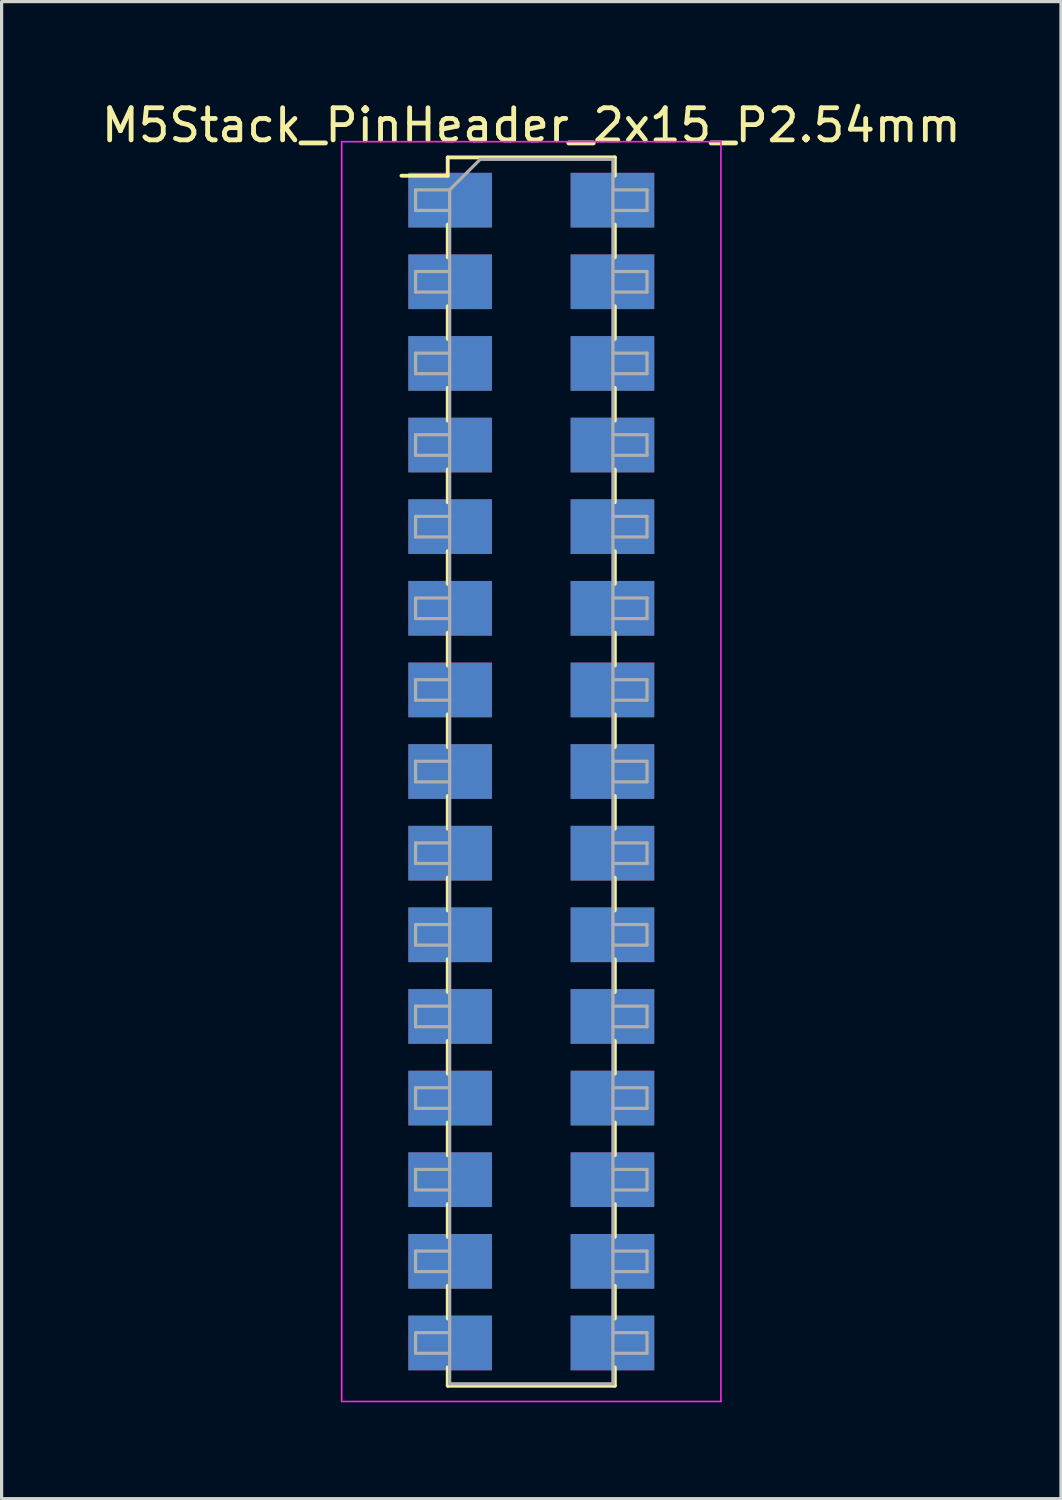
<source format=kicad_pcb>
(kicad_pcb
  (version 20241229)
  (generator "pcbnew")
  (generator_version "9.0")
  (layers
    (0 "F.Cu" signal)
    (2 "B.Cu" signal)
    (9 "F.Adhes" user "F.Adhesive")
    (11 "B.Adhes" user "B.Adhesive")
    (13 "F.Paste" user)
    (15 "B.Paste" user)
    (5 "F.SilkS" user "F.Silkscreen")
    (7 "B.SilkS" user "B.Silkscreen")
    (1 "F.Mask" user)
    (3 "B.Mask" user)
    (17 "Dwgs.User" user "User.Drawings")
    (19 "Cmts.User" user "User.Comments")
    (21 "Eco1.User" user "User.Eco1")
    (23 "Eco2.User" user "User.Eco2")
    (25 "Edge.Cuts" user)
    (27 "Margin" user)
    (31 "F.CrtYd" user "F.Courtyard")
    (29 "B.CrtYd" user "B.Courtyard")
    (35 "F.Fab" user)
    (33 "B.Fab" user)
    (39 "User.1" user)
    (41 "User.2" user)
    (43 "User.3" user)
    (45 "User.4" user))
  (footprint "M5Stack_PinHeader_2x15_P2.54mm"
    (layer "F.Cu")
    (at 13.482 20.958)
    (property "Reference" "M5Stack_PinHeader_2x15_P2.54mm" (at 0 -20.11 0) (layer "F.SilkS") (effects (font (size 1 1) (thickness 0.15))))
    (attr smd)
    (fp_line (start -4.04 -18.54) (end -2.6 -18.54) (stroke (width 0.12) (type solid)) (layer "F.SilkS"))
    (fp_line (start -2.6 -19.11) (end -2.6 -18.54) (stroke (width 0.12) (type solid)) (layer "F.SilkS"))
    (fp_line (start -2.6 -19.11) (end 2.6 -19.11) (stroke (width 0.12) (type solid)) (layer "F.SilkS"))
    (fp_line (start -2.6 -17.02) (end -2.6 -16) (stroke (width 0.12) (type solid)) (layer "F.SilkS"))
    (fp_line (start -2.6 -14.48) (end -2.6 -13.46) (stroke (width 0.12) (type solid)) (layer "F.SilkS"))
    (fp_line (start -2.6 -11.94) (end -2.6 -10.92) (stroke (width 0.12) (type solid)) (layer "F.SilkS"))
    (fp_line (start -2.6 -9.4) (end -2.6 -8.38) (stroke (width 0.12) (type solid)) (layer "F.SilkS"))
    (fp_line (start -2.6 -6.86) (end -2.6 -5.84) (stroke (width 0.12) (type solid)) (layer "F.SilkS"))
    (fp_line (start -2.6 -4.32) (end -2.6 -3.3) (stroke (width 0.12) (type solid)) (layer "F.SilkS"))
    (fp_line (start -2.6 -1.78) (end -2.6 -0.76) (stroke (width 0.12) (type solid)) (layer "F.SilkS"))
    (fp_line (start -2.6 0.76) (end -2.6 1.78) (stroke (width 0.12) (type solid)) (layer "F.SilkS"))
    (fp_line (start -2.6 3.3) (end -2.6 4.32) (stroke (width 0.12) (type solid)) (layer "F.SilkS"))
    (fp_line (start -2.6 5.84) (end -2.6 6.86) (stroke (width 0.12) (type solid)) (layer "F.SilkS"))
    (fp_line (start -2.6 8.38) (end -2.6 9.4) (stroke (width 0.12) (type solid)) (layer "F.SilkS"))
    (fp_line (start -2.6 10.92) (end -2.6 11.94) (stroke (width 0.12) (type solid)) (layer "F.SilkS"))
    (fp_line (start -2.6 13.46) (end -2.6 14.48) (stroke (width 0.12) (type solid)) (layer "F.SilkS"))
    (fp_line (start -2.6 16) (end -2.6 17.02) (stroke (width 0.12) (type solid)) (layer "F.SilkS"))
    (fp_line (start -2.6 18.54) (end -2.6 19.11) (stroke (width 0.12) (type solid)) (layer "F.SilkS"))
    (fp_line (start -2.6 19.11) (end 2.6 19.11) (stroke (width 0.12) (type solid)) (layer "F.SilkS"))
    (fp_line (start 2.6 -19.11) (end 2.6 -18.54) (stroke (width 0.12) (type solid)) (layer "F.SilkS"))
    (fp_line (start 2.6 -17.02) (end 2.6 -16) (stroke (width 0.12) (type solid)) (layer "F.SilkS"))
    (fp_line (start 2.6 -14.48) (end 2.6 -13.46) (stroke (width 0.12) (type solid)) (layer "F.SilkS"))
    (fp_line (start 2.6 -11.94) (end 2.6 -10.92) (stroke (width 0.12) (type solid)) (layer "F.SilkS"))
    (fp_line (start 2.6 -9.4) (end 2.6 -8.38) (stroke (width 0.12) (type solid)) (layer "F.SilkS"))
    (fp_line (start 2.6 -6.86) (end 2.6 -5.84) (stroke (width 0.12) (type solid)) (layer "F.SilkS"))
    (fp_line (start 2.6 -4.32) (end 2.6 -3.3) (stroke (width 0.12) (type solid)) (layer "F.SilkS"))
    (fp_line (start 2.6 -1.78) (end 2.6 -0.76) (stroke (width 0.12) (type solid)) (layer "F.SilkS"))
    (fp_line (start 2.6 0.76) (end 2.6 1.78) (stroke (width 0.12) (type solid)) (layer "F.SilkS"))
    (fp_line (start 2.6 3.3) (end 2.6 4.32) (stroke (width 0.12) (type solid)) (layer "F.SilkS"))
    (fp_line (start 2.6 5.84) (end 2.6 6.86) (stroke (width 0.12) (type solid)) (layer "F.SilkS"))
    (fp_line (start 2.6 8.38) (end 2.6 9.4) (stroke (width 0.12) (type solid)) (layer "F.SilkS"))
    (fp_line (start 2.6 10.92) (end 2.6 11.94) (stroke (width 0.12) (type solid)) (layer "F.SilkS"))
    (fp_line (start 2.6 13.46) (end 2.6 14.48) (stroke (width 0.12) (type solid)) (layer "F.SilkS"))
    (fp_line (start 2.6 16) (end 2.6 17.02) (stroke (width 0.12) (type solid)) (layer "F.SilkS"))
    (fp_line (start 2.6 18.54) (end 2.6 19.11) (stroke (width 0.12) (type solid)) (layer "F.SilkS"))
    (fp_line (start -5.9 -19.6) (end -5.9 19.6) (stroke (width 0.05) (type solid)) (layer "F.CrtYd"))
    (fp_line (start -5.9 19.6) (end 5.9 19.6) (stroke (width 0.05) (type solid)) (layer "F.CrtYd"))
    (fp_line (start 5.9 -19.6) (end -5.9 -19.6) (stroke (width 0.05) (type solid)) (layer "F.CrtYd"))
    (fp_line (start 5.9 19.6) (end 5.9 -19.6) (stroke (width 0.05) (type solid)) (layer "F.CrtYd"))
    (fp_line (start -3.6 -18.1) (end -3.6 -17.46) (stroke (width 0.1) (type solid)) (layer "F.Fab"))
    (fp_line (start -3.6 -17.46) (end -2.54 -17.46) (stroke (width 0.1) (type solid)) (layer "F.Fab"))
    (fp_line (start -3.6 -15.56) (end -3.6 -14.92) (stroke (width 0.1) (type solid)) (layer "F.Fab"))
    (fp_line (start -3.6 -14.92) (end -2.54 -14.92) (stroke (width 0.1) (type solid)) (layer "F.Fab"))
    (fp_line (start -3.6 -13.02) (end -3.6 -12.38) (stroke (width 0.1) (type solid)) (layer "F.Fab"))
    (fp_line (start -3.6 -12.38) (end -2.54 -12.38) (stroke (width 0.1) (type solid)) (layer "F.Fab"))
    (fp_line (start -3.6 -10.48) (end -3.6 -9.84) (stroke (width 0.1) (type solid)) (layer "F.Fab"))
    (fp_line (start -3.6 -9.84) (end -2.54 -9.84) (stroke (width 0.1) (type solid)) (layer "F.Fab"))
    (fp_line (start -3.6 -7.94) (end -3.6 -7.3) (stroke (width 0.1) (type solid)) (layer "F.Fab"))
    (fp_line (start -3.6 -7.3) (end -2.54 -7.3) (stroke (width 0.1) (type solid)) (layer "F.Fab"))
    (fp_line (start -3.6 -5.4) (end -3.6 -4.76) (stroke (width 0.1) (type solid)) (layer "F.Fab"))
    (fp_line (start -3.6 -4.76) (end -2.54 -4.76) (stroke (width 0.1) (type solid)) (layer "F.Fab"))
    (fp_line (start -3.6 -2.86) (end -3.6 -2.22) (stroke (width 0.1) (type solid)) (layer "F.Fab"))
    (fp_line (start -3.6 -2.22) (end -2.54 -2.22) (stroke (width 0.1) (type solid)) (layer "F.Fab"))
    (fp_line (start -3.6 -0.32) (end -3.6 0.32) (stroke (width 0.1) (type solid)) (layer "F.Fab"))
    (fp_line (start -3.6 0.32) (end -2.54 0.32) (stroke (width 0.1) (type solid)) (layer "F.Fab"))
    (fp_line (start -3.6 2.22) (end -3.6 2.86) (stroke (width 0.1) (type solid)) (layer "F.Fab"))
    (fp_line (start -3.6 2.86) (end -2.54 2.86) (stroke (width 0.1) (type solid)) (layer "F.Fab"))
    (fp_line (start -3.6 4.76) (end -3.6 5.4) (stroke (width 0.1) (type solid)) (layer "F.Fab"))
    (fp_line (start -3.6 5.4) (end -2.54 5.4) (stroke (width 0.1) (type solid)) (layer "F.Fab"))
    (fp_line (start -3.6 7.3) (end -3.6 7.94) (stroke (width 0.1) (type solid)) (layer "F.Fab"))
    (fp_line (start -3.6 7.94) (end -2.54 7.94) (stroke (width 0.1) (type solid)) (layer "F.Fab"))
    (fp_line (start -3.6 9.84) (end -3.6 10.48) (stroke (width 0.1) (type solid)) (layer "F.Fab"))
    (fp_line (start -3.6 10.48) (end -2.54 10.48) (stroke (width 0.1) (type solid)) (layer "F.Fab"))
    (fp_line (start -3.6 12.38) (end -3.6 13.02) (stroke (width 0.1) (type solid)) (layer "F.Fab"))
    (fp_line (start -3.6 13.02) (end -2.54 13.02) (stroke (width 0.1) (type solid)) (layer "F.Fab"))
    (fp_line (start -3.6 14.92) (end -3.6 15.56) (stroke (width 0.1) (type solid)) (layer "F.Fab"))
    (fp_line (start -3.6 15.56) (end -2.54 15.56) (stroke (width 0.1) (type solid)) (layer "F.Fab"))
    (fp_line (start -3.6 17.46) (end -3.6 18.1) (stroke (width 0.1) (type solid)) (layer "F.Fab"))
    (fp_line (start -3.6 18.1) (end -2.54 18.1) (stroke (width 0.1) (type solid)) (layer "F.Fab"))
    (fp_line (start -2.54 -18.1) (end -3.6 -18.1) (stroke (width 0.1) (type solid)) (layer "F.Fab"))
    (fp_line (start -2.54 -18.1) (end -1.59 -19.05) (stroke (width 0.1) (type solid)) (layer "F.Fab"))
    (fp_line (start -2.54 -15.56) (end -3.6 -15.56) (stroke (width 0.1) (type solid)) (layer "F.Fab"))
    (fp_line (start -2.54 -13.02) (end -3.6 -13.02) (stroke (width 0.1) (type solid)) (layer "F.Fab"))
    (fp_line (start -2.54 -10.48) (end -3.6 -10.48) (stroke (width 0.1) (type solid)) (layer "F.Fab"))
    (fp_line (start -2.54 -7.94) (end -3.6 -7.94) (stroke (width 0.1) (type solid)) (layer "F.Fab"))
    (fp_line (start -2.54 -5.4) (end -3.6 -5.4) (stroke (width 0.1) (type solid)) (layer "F.Fab"))
    (fp_line (start -2.54 -2.86) (end -3.6 -2.86) (stroke (width 0.1) (type solid)) (layer "F.Fab"))
    (fp_line (start -2.54 -0.32) (end -3.6 -0.32) (stroke (width 0.1) (type solid)) (layer "F.Fab"))
    (fp_line (start -2.54 2.22) (end -3.6 2.22) (stroke (width 0.1) (type solid)) (layer "F.Fab"))
    (fp_line (start -2.54 4.76) (end -3.6 4.76) (stroke (width 0.1) (type solid)) (layer "F.Fab"))
    (fp_line (start -2.54 7.3) (end -3.6 7.3) (stroke (width 0.1) (type solid)) (layer "F.Fab"))
    (fp_line (start -2.54 9.84) (end -3.6 9.84) (stroke (width 0.1) (type solid)) (layer "F.Fab"))
    (fp_line (start -2.54 12.38) (end -3.6 12.38) (stroke (width 0.1) (type solid)) (layer "F.Fab"))
    (fp_line (start -2.54 14.92) (end -3.6 14.92) (stroke (width 0.1) (type solid)) (layer "F.Fab"))
    (fp_line (start -2.54 17.46) (end -3.6 17.46) (stroke (width 0.1) (type solid)) (layer "F.Fab"))
    (fp_line (start -2.54 19.05) (end -2.54 -18.1) (stroke (width 0.1) (type solid)) (layer "F.Fab"))
    (fp_line (start -1.59 -19.05) (end 2.54 -19.05) (stroke (width 0.1) (type solid)) (layer "F.Fab"))
    (fp_line (start 2.54 -19.05) (end 2.54 19.05) (stroke (width 0.1) (type solid)) (layer "F.Fab"))
    (fp_line (start 2.54 -18.1) (end 3.6 -18.1) (stroke (width 0.1) (type solid)) (layer "F.Fab"))
    (fp_line (start 2.54 -15.56) (end 3.6 -15.56) (stroke (width 0.1) (type solid)) (layer "F.Fab"))
    (fp_line (start 2.54 -13.02) (end 3.6 -13.02) (stroke (width 0.1) (type solid)) (layer "F.Fab"))
    (fp_line (start 2.54 -10.48) (end 3.6 -10.48) (stroke (width 0.1) (type solid)) (layer "F.Fab"))
    (fp_line (start 2.54 -7.94) (end 3.6 -7.94) (stroke (width 0.1) (type solid)) (layer "F.Fab"))
    (fp_line (start 2.54 -5.4) (end 3.6 -5.4) (stroke (width 0.1) (type solid)) (layer "F.Fab"))
    (fp_line (start 2.54 -2.86) (end 3.6 -2.86) (stroke (width 0.1) (type solid)) (layer "F.Fab"))
    (fp_line (start 2.54 -0.32) (end 3.6 -0.32) (stroke (width 0.1) (type solid)) (layer "F.Fab"))
    (fp_line (start 2.54 2.22) (end 3.6 2.22) (stroke (width 0.1) (type solid)) (layer "F.Fab"))
    (fp_line (start 2.54 4.76) (end 3.6 4.76) (stroke (width 0.1) (type solid)) (layer "F.Fab"))
    (fp_line (start 2.54 7.3) (end 3.6 7.3) (stroke (width 0.1) (type solid)) (layer "F.Fab"))
    (fp_line (start 2.54 9.84) (end 3.6 9.84) (stroke (width 0.1) (type solid)) (layer "F.Fab"))
    (fp_line (start 2.54 12.38) (end 3.6 12.38) (stroke (width 0.1) (type solid)) (layer "F.Fab"))
    (fp_line (start 2.54 14.92) (end 3.6 14.92) (stroke (width 0.1) (type solid)) (layer "F.Fab"))
    (fp_line (start 2.54 17.46) (end 3.6 17.46) (stroke (width 0.1) (type solid)) (layer "F.Fab"))
    (fp_line (start 2.54 19.05) (end -2.54 19.05) (stroke (width 0.1) (type solid)) (layer "F.Fab"))
    (fp_line (start 3.6 -18.1) (end 3.6 -17.46) (stroke (width 0.1) (type solid)) (layer "F.Fab"))
    (fp_line (start 3.6 -17.46) (end 2.54 -17.46) (stroke (width 0.1) (type solid)) (layer "F.Fab"))
    (fp_line (start 3.6 -15.56) (end 3.6 -14.92) (stroke (width 0.1) (type solid)) (layer "F.Fab"))
    (fp_line (start 3.6 -14.92) (end 2.54 -14.92) (stroke (width 0.1) (type solid)) (layer "F.Fab"))
    (fp_line (start 3.6 -13.02) (end 3.6 -12.38) (stroke (width 0.1) (type solid)) (layer "F.Fab"))
    (fp_line (start 3.6 -12.38) (end 2.54 -12.38) (stroke (width 0.1) (type solid)) (layer "F.Fab"))
    (fp_line (start 3.6 -10.48) (end 3.6 -9.84) (stroke (width 0.1) (type solid)) (layer "F.Fab"))
    (fp_line (start 3.6 -9.84) (end 2.54 -9.84) (stroke (width 0.1) (type solid)) (layer "F.Fab"))
    (fp_line (start 3.6 -7.94) (end 3.6 -7.3) (stroke (width 0.1) (type solid)) (layer "F.Fab"))
    (fp_line (start 3.6 -7.3) (end 2.54 -7.3) (stroke (width 0.1) (type solid)) (layer "F.Fab"))
    (fp_line (start 3.6 -5.4) (end 3.6 -4.76) (stroke (width 0.1) (type solid)) (layer "F.Fab"))
    (fp_line (start 3.6 -4.76) (end 2.54 -4.76) (stroke (width 0.1) (type solid)) (layer "F.Fab"))
    (fp_line (start 3.6 -2.86) (end 3.6 -2.22) (stroke (width 0.1) (type solid)) (layer "F.Fab"))
    (fp_line (start 3.6 -2.22) (end 2.54 -2.22) (stroke (width 0.1) (type solid)) (layer "F.Fab"))
    (fp_line (start 3.6 -0.32) (end 3.6 0.32) (stroke (width 0.1) (type solid)) (layer "F.Fab"))
    (fp_line (start 3.6 0.32) (end 2.54 0.32) (stroke (width 0.1) (type solid)) (layer "F.Fab"))
    (fp_line (start 3.6 2.22) (end 3.6 2.86) (stroke (width 0.1) (type solid)) (layer "F.Fab"))
    (fp_line (start 3.6 2.86) (end 2.54 2.86) (stroke (width 0.1) (type solid)) (layer "F.Fab"))
    (fp_line (start 3.6 4.76) (end 3.6 5.4) (stroke (width 0.1) (type solid)) (layer "F.Fab"))
    (fp_line (start 3.6 5.4) (end 2.54 5.4) (stroke (width 0.1) (type solid)) (layer "F.Fab"))
    (fp_line (start 3.6 7.3) (end 3.6 7.94) (stroke (width 0.1) (type solid)) (layer "F.Fab"))
    (fp_line (start 3.6 7.94) (end 2.54 7.94) (stroke (width 0.1) (type solid)) (layer "F.Fab"))
    (fp_line (start 3.6 9.84) (end 3.6 10.48) (stroke (width 0.1) (type solid)) (layer "F.Fab"))
    (fp_line (start 3.6 10.48) (end 2.54 10.48) (stroke (width 0.1) (type solid)) (layer "F.Fab"))
    (fp_line (start 3.6 12.38) (end 3.6 13.02) (stroke (width 0.1) (type solid)) (layer "F.Fab"))
    (fp_line (start 3.6 13.02) (end 2.54 13.02) (stroke (width 0.1) (type solid)) (layer "F.Fab"))
    (fp_line (start 3.6 14.92) (end 3.6 15.56) (stroke (width 0.1) (type solid)) (layer "F.Fab"))
    (fp_line (start 3.6 15.56) (end 2.54 15.56) (stroke (width 0.1) (type solid)) (layer "F.Fab"))
    (fp_line (start 3.6 17.46) (end 3.6 18.1) (stroke (width 0.1) (type solid)) (layer "F.Fab"))
    (fp_line (start 3.6 18.1) (end 2.54 18.1) (stroke (width 0.1) (type solid)) (layer "F.Fab"))
    (pad "1" smd rect (at 2.525 -17.78) (size 2.6 1.7) (layers "F.Cu" "F.Mask" "F.Paste"))
    (pad "1" smd rect (at 2.525 -17.78) (size 2.6 1.7) (layers "B.Cu" "B.Mask" "B.Paste"))
    (pad "2" smd rect (at -2.525 -17.78) (size 2.6 1.7) (layers "F.Cu" "F.Mask" "F.Paste"))
    (pad "2" smd rect (at -2.525 -17.78) (size 2.6 1.7) (layers "B.Cu" "B.Mask" "B.Paste"))
    (pad "3" smd rect (at 2.525 -15.24) (size 2.6 1.7) (layers "F.Cu" "F.Mask" "F.Paste"))
    (pad "3" smd rect (at 2.525 -15.24) (size 2.6 1.7) (layers "B.Cu" "B.Mask" "B.Paste"))
    (pad "4" smd rect (at -2.525 -15.24) (size 2.6 1.7) (layers "F.Cu" "F.Mask" "F.Paste"))
    (pad "4" smd rect (at -2.525 -15.24) (size 2.6 1.7) (layers "B.Cu" "B.Mask" "B.Paste"))
    (pad "5" smd rect (at 2.525 -12.7) (size 2.6 1.7) (layers "F.Cu" "F.Mask" "F.Paste"))
    (pad "5" smd rect (at 2.525 -12.7) (size 2.6 1.7) (layers "B.Cu" "B.Mask" "B.Paste"))
    (pad "6" smd rect (at -2.525 -12.7) (size 2.6 1.7) (layers "F.Cu" "F.Mask" "F.Paste"))
    (pad "6" smd rect (at -2.525 -12.7) (size 2.6 1.7) (layers "B.Cu" "B.Mask" "B.Paste"))
    (pad "7" smd rect (at 2.525 -10.16) (size 2.6 1.7) (layers "F.Cu" "F.Mask" "F.Paste"))
    (pad "7" smd rect (at 2.525 -10.16) (size 2.6 1.7) (layers "B.Cu" "B.Mask" "B.Paste"))
    (pad "8" smd rect (at -2.525 -10.16) (size 2.6 1.7) (layers "F.Cu" "F.Mask" "F.Paste"))
    (pad "8" smd rect (at -2.525 -10.16) (size 2.6 1.7) (layers "B.Cu" "B.Mask" "B.Paste"))
    (pad "9" smd rect (at 2.525 -7.62) (size 2.6 1.7) (layers "F.Cu" "F.Mask" "F.Paste"))
    (pad "9" smd rect (at 2.525 -7.62) (size 2.6 1.7) (layers "B.Cu" "B.Mask" "B.Paste"))
    (pad "10" smd rect (at -2.525 -7.62) (size 2.6 1.7) (layers "F.Cu" "F.Mask" "F.Paste"))
    (pad "10" smd rect (at -2.525 -7.62) (size 2.6 1.7) (layers "B.Cu" "B.Mask" "B.Paste"))
    (pad "11" smd rect (at 2.525 -5.08) (size 2.6 1.7) (layers "F.Cu" "F.Mask" "F.Paste"))
    (pad "11" smd rect (at 2.525 -5.08) (size 2.6 1.7) (layers "B.Cu" "B.Mask" "B.Paste"))
    (pad "12" smd rect (at -2.525 -5.08) (size 2.6 1.7) (layers "F.Cu" "F.Mask" "F.Paste"))
    (pad "12" smd rect (at -2.525 -5.08) (size 2.6 1.7) (layers "B.Cu" "B.Mask" "B.Paste"))
    (pad "13" smd rect (at 2.525 -2.54) (size 2.6 1.7) (layers "F.Cu" "F.Mask" "F.Paste"))
    (pad "13" smd rect (at 2.525 -2.54) (size 2.6 1.7) (layers "B.Cu" "B.Mask" "B.Paste"))
    (pad "14" smd rect (at -2.525 -2.54) (size 2.6 1.7) (layers "F.Cu" "F.Mask" "F.Paste"))
    (pad "14" smd rect (at -2.525 -2.54) (size 2.6 1.7) (layers "B.Cu" "B.Mask" "B.Paste"))
    (pad "15" smd rect (at 2.525 0) (size 2.6 1.7) (layers "F.Cu" "F.Mask" "F.Paste"))
    (pad "15" smd rect (at 2.525 0) (size 2.6 1.7) (layers "B.Cu" "B.Mask" "B.Paste"))
    (pad "16" smd rect (at -2.525 0) (size 2.6 1.7) (layers "F.Cu" "F.Mask" "F.Paste"))
    (pad "16" smd rect (at -2.525 0) (size 2.6 1.7) (layers "B.Cu" "B.Mask" "B.Paste"))
    (pad "17" smd rect (at 2.525 2.54) (size 2.6 1.7) (layers "F.Cu" "F.Mask" "F.Paste"))
    (pad "17" smd rect (at 2.525 2.54) (size 2.6 1.7) (layers "B.Cu" "B.Mask" "B.Paste"))
    (pad "18" smd rect (at -2.525 2.54) (size 2.6 1.7) (layers "F.Cu" "F.Mask" "F.Paste"))
    (pad "18" smd rect (at -2.525 2.54) (size 2.6 1.7) (layers "B.Cu" "B.Mask" "B.Paste"))
    (pad "19" smd rect (at 2.525 5.08) (size 2.6 1.7) (layers "F.Cu" "F.Mask" "F.Paste"))
    (pad "19" smd rect (at 2.525 5.08) (size 2.6 1.7) (layers "B.Cu" "B.Mask" "B.Paste"))
    (pad "20" smd rect (at -2.525 5.08) (size 2.6 1.7) (layers "F.Cu" "F.Mask" "F.Paste"))
    (pad "20" smd rect (at -2.525 5.08) (size 2.6 1.7) (layers "B.Cu" "B.Mask" "B.Paste"))
    (pad "21" smd rect (at 2.525 7.62) (size 2.6 1.7) (layers "F.Cu" "F.Mask" "F.Paste"))
    (pad "21" smd rect (at 2.525 7.62) (size 2.6 1.7) (layers "B.Cu" "B.Mask" "B.Paste"))
    (pad "22" smd rect (at -2.525 7.62) (size 2.6 1.7) (layers "F.Cu" "F.Mask" "F.Paste"))
    (pad "22" smd rect (at -2.525 7.62) (size 2.6 1.7) (layers "B.Cu" "B.Mask" "B.Paste"))
    (pad "23" smd rect (at 2.525 10.16) (size 2.6 1.7) (layers "F.Cu" "F.Mask" "F.Paste"))
    (pad "23" smd rect (at 2.525 10.16) (size 2.6 1.7) (layers "B.Cu" "B.Mask" "B.Paste"))
    (pad "24" smd rect (at -2.525 10.16) (size 2.6 1.7) (layers "F.Cu" "F.Mask" "F.Paste"))
    (pad "24" smd rect (at -2.525 10.16) (size 2.6 1.7) (layers "B.Cu" "B.Mask" "B.Paste"))
    (pad "25" smd rect (at 2.525 12.7) (size 2.6 1.7) (layers "F.Cu" "F.Mask" "F.Paste"))
    (pad "25" smd rect (at 2.525 12.7) (size 2.6 1.7) (layers "B.Cu" "B.Mask" "B.Paste"))
    (pad "26" smd rect (at -2.525 12.7) (size 2.6 1.7) (layers "F.Cu" "F.Mask" "F.Paste"))
    (pad "26" smd rect (at -2.525 12.7) (size 2.6 1.7) (layers "B.Cu" "B.Mask" "B.Paste"))
    (pad "27" smd rect (at 2.525 15.24) (size 2.6 1.7) (layers "F.Cu" "F.Mask" "F.Paste"))
    (pad "27" smd rect (at 2.525 15.24) (size 2.6 1.7) (layers "B.Cu" "B.Mask" "B.Paste"))
    (pad "28" smd rect (at -2.525 15.24) (size 2.6 1.7) (layers "F.Cu" "F.Mask" "F.Paste"))
    (pad "28" smd rect (at -2.525 15.24) (size 2.6 1.7) (layers "B.Cu" "B.Mask" "B.Paste"))
    (pad "29" smd rect (at 2.525 17.78) (size 2.6 1.7) (layers "F.Cu" "F.Mask" "F.Paste"))
    (pad "29" smd rect (at 2.525 17.78) (size 2.6 1.7) (layers "B.Cu" "B.Mask" "B.Paste"))
    (pad "30" smd rect (at -2.525 17.78) (size 2.6 1.7) (layers "F.Cu" "F.Mask" "F.Paste"))
    (pad "30" smd rect (at -2.525 17.78) (size 2.6 1.7) (layers "B.Cu" "B.Mask" "B.Paste")))
  (gr_rect
    (start -3 -3)
    (end 29.964 43.583)
    (stroke (width 0.1) (type default))
    (fill no)
    (layer "Edge.Cuts")))
</source>
